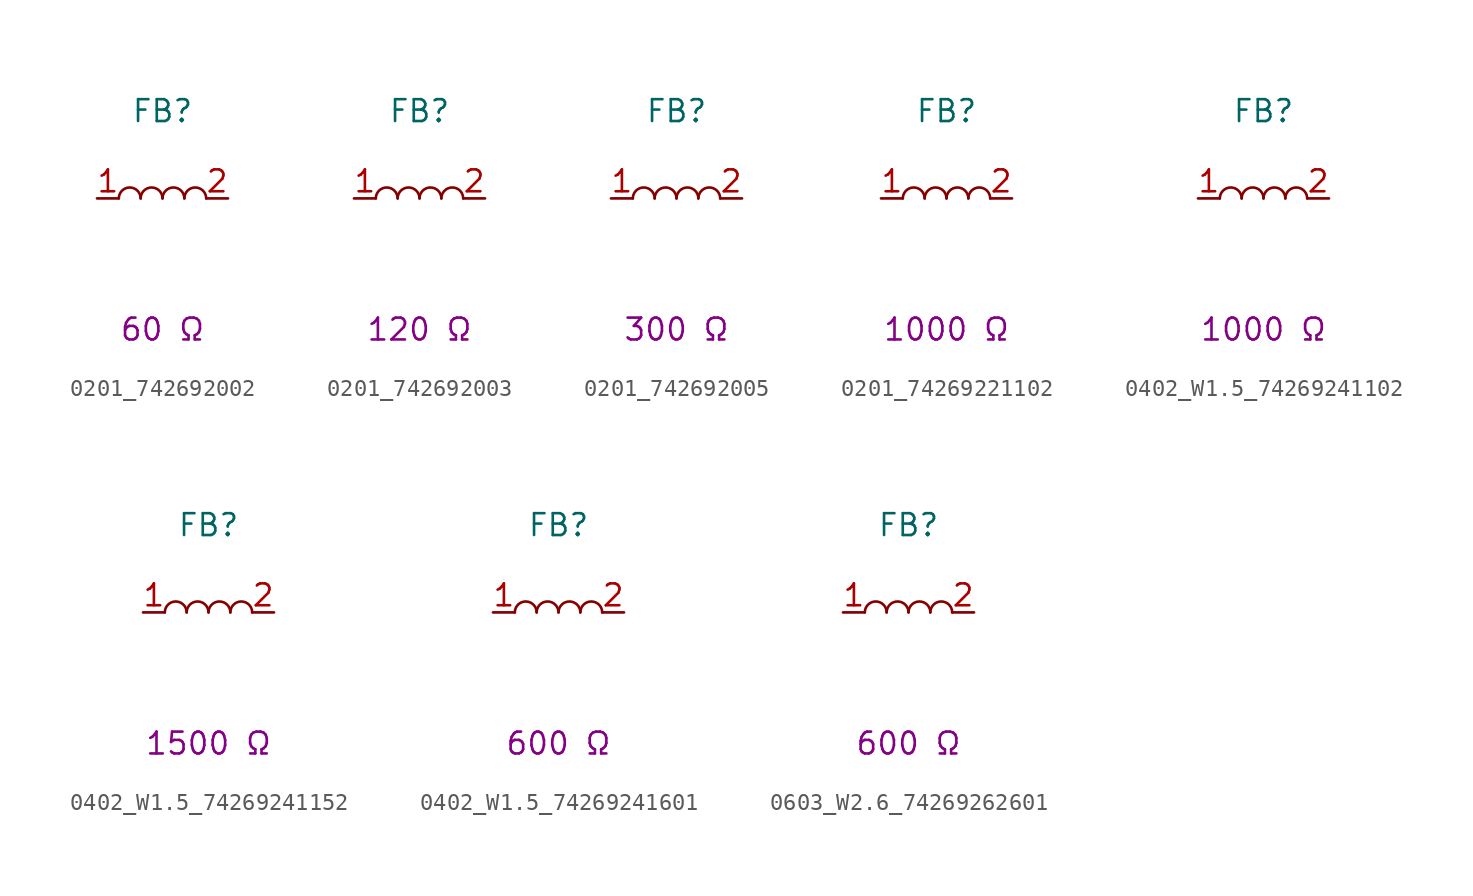
<source format=kicad_sym>
(kicad_symbol_lib
  (version 20220914)
  (generator kicad_symbol_editor)
  (symbol "0201_742692002"
    (pin_names hide)
    (property "Reference" "FB"
      (at 0 5.08 0)
      (effects (font (size 1.27 1.27))))
    (property "Critical Parameter" "60 Ω"
      (at 0 -7.62 0)
      (effects (font (size 1.27 1.27))))
    (symbol "0201_742692002_0_1"
      (arc (start -1.27 0) (mid -1.905 0.6323) (end -2.54 0) (stroke (width 0) (type default)) (fill (type none)))
      (arc (start 0 0) (mid -0.635 0.6323) (end -1.27 0) (stroke (width 0) (type default)) (fill (type none)))
      (arc (start 1.27 0) (mid 0.635 0.6323) (end 0 0) (stroke (width 0) (type default)) (fill (type none)))
      (arc (start 2.54 0) (mid 1.905 0.6323) (end 1.27 0) (stroke (width 0) (type default)) (fill (type none))))
    (symbol "0201_742692002_1_1"
      (pin passive line (at -3.81 0 0) (length 1.27) (name "1" (effects (font (size 1.27 1.27)))) (number "1" (effects (font (size 1.27 1.27)))))
      (pin passive line (at 3.81 0 180) (length 1.27) (name "2" (effects (font (size 1.27 1.27)))) (number "2" (effects (font (size 1.27 1.27)))))))
  (symbol "0201_742692003"
    (pin_names hide)
    (property "Reference" "FB"
      (at 0 5.08 0)
      (effects (font (size 1.27 1.27))))
    (property "Critical Parameter" "120 Ω"
      (at 0 -7.62 0)
      (effects (font (size 1.27 1.27))))
    (symbol "0201_742692003_0_1"
      (arc (start -1.27 0) (mid -1.905 0.6323) (end -2.54 0) (stroke (width 0) (type default)) (fill (type none)))
      (arc (start 0 0) (mid -0.635 0.6323) (end -1.27 0) (stroke (width 0) (type default)) (fill (type none)))
      (arc (start 1.27 0) (mid 0.635 0.6323) (end 0 0) (stroke (width 0) (type default)) (fill (type none)))
      (arc (start 2.54 0) (mid 1.905 0.6323) (end 1.27 0) (stroke (width 0) (type default)) (fill (type none))))
    (symbol "0201_742692003_1_1"
      (pin passive line (at -3.81 0 0) (length 1.27) (name "1" (effects (font (size 1.27 1.27)))) (number "1" (effects (font (size 1.27 1.27)))))
      (pin passive line (at 3.81 0 180) (length 1.27) (name "2" (effects (font (size 1.27 1.27)))) (number "2" (effects (font (size 1.27 1.27)))))))
  (symbol "0201_742692005"
    (pin_names hide)
    (property "Reference" "FB"
      (at 0 5.08 0)
      (effects (font (size 1.27 1.27))))
    (property "Critical Parameter" "300 Ω"
      (at 0 -7.62 0)
      (effects (font (size 1.27 1.27))))
    (symbol "0201_742692005_0_1"
      (arc (start -1.27 0) (mid -1.905 0.6323) (end -2.54 0) (stroke (width 0) (type default)) (fill (type none)))
      (arc (start 0 0) (mid -0.635 0.6323) (end -1.27 0) (stroke (width 0) (type default)) (fill (type none)))
      (arc (start 1.27 0) (mid 0.635 0.6323) (end 0 0) (stroke (width 0) (type default)) (fill (type none)))
      (arc (start 2.54 0) (mid 1.905 0.6323) (end 1.27 0) (stroke (width 0) (type default)) (fill (type none))))
    (symbol "0201_742692005_1_1"
      (pin passive line (at -3.81 0 0) (length 1.27) (name "1" (effects (font (size 1.27 1.27)))) (number "1" (effects (font (size 1.27 1.27)))))
      (pin passive line (at 3.81 0 180) (length 1.27) (name "2" (effects (font (size 1.27 1.27)))) (number "2" (effects (font (size 1.27 1.27)))))))
  (symbol "0201_74269221102"
    (pin_names hide)
    (property "Reference" "FB"
      (at 0 5.08 0)
      (effects (font (size 1.27 1.27))))
    (property "Critical Parameter" "1000 Ω"
      (at 0 -7.62 0)
      (effects (font (size 1.27 1.27))))
    (symbol "0201_74269221102_0_1"
      (arc (start -1.27 0) (mid -1.905 0.6323) (end -2.54 0) (stroke (width 0) (type default)) (fill (type none)))
      (arc (start 0 0) (mid -0.635 0.6323) (end -1.27 0) (stroke (width 0) (type default)) (fill (type none)))
      (arc (start 1.27 0) (mid 0.635 0.6323) (end 0 0) (stroke (width 0) (type default)) (fill (type none)))
      (arc (start 2.54 0) (mid 1.905 0.6323) (end 1.27 0) (stroke (width 0) (type default)) (fill (type none))))
    (symbol "0201_74269221102_1_1"
      (pin passive line (at -3.81 0 0) (length 1.27) (name "1" (effects (font (size 1.27 1.27)))) (number "1" (effects (font (size 1.27 1.27)))))
      (pin passive line (at 3.81 0 180) (length 1.27) (name "2" (effects (font (size 1.27 1.27)))) (number "2" (effects (font (size 1.27 1.27)))))))
  (symbol "0402_W1.5_74269241102"
    (pin_names hide)
    (property "Reference" "FB"
      (at 0 5.08 0)
      (effects (font (size 1.27 1.27))))
    (property "Critical Parameter" "1000 Ω"
      (at 0 -7.62 0)
      (effects (font (size 1.27 1.27))))
    (symbol "0402_W1.5_74269241102_0_1"
      (arc (start -1.27 0) (mid -1.905 0.6323) (end -2.54 0) (stroke (width 0) (type default)) (fill (type none)))
      (arc (start 0 0) (mid -0.635 0.6323) (end -1.27 0) (stroke (width 0) (type default)) (fill (type none)))
      (arc (start 1.27 0) (mid 0.635 0.6323) (end 0 0) (stroke (width 0) (type default)) (fill (type none)))
      (arc (start 2.54 0) (mid 1.905 0.6323) (end 1.27 0) (stroke (width 0) (type default)) (fill (type none))))
    (symbol "0402_W1.5_74269241102_1_1"
      (pin passive line (at -3.81 0 0) (length 1.27) (name "1" (effects (font (size 1.27 1.27)))) (number "1" (effects (font (size 1.27 1.27)))))
      (pin passive line (at 3.81 0 180) (length 1.27) (name "2" (effects (font (size 1.27 1.27)))) (number "2" (effects (font (size 1.27 1.27)))))))
  (symbol "0402_W1.5_74269241152"
    (pin_names hide)
    (property "Reference" "FB"
      (at 0 5.08 0)
      (effects (font (size 1.27 1.27))))
    (property "Critical Parameter" "1500 Ω"
      (at 0 -7.62 0)
      (effects (font (size 1.27 1.27))))
    (symbol "0402_W1.5_74269241152_0_1"
      (arc (start -1.27 0) (mid -1.905 0.6323) (end -2.54 0) (stroke (width 0) (type default)) (fill (type none)))
      (arc (start 0 0) (mid -0.635 0.6323) (end -1.27 0) (stroke (width 0) (type default)) (fill (type none)))
      (arc (start 1.27 0) (mid 0.635 0.6323) (end 0 0) (stroke (width 0) (type default)) (fill (type none)))
      (arc (start 2.54 0) (mid 1.905 0.6323) (end 1.27 0) (stroke (width 0) (type default)) (fill (type none))))
    (symbol "0402_W1.5_74269241152_1_1"
      (pin passive line (at -3.81 0 0) (length 1.27) (name "1" (effects (font (size 1.27 1.27)))) (number "1" (effects (font (size 1.27 1.27)))))
      (pin passive line (at 3.81 0 180) (length 1.27) (name "2" (effects (font (size 1.27 1.27)))) (number "2" (effects (font (size 1.27 1.27)))))))
  (symbol "0402_W1.5_74269241601"
    (pin_names hide)
    (property "Reference" "FB"
      (at 0 5.08 0)
      (effects (font (size 1.27 1.27))))
    (property "Critical Parameter" "600 Ω"
      (at 0 -7.62 0)
      (effects (font (size 1.27 1.27))))
    (symbol "0402_W1.5_74269241601_0_1"
      (arc (start -1.27 0) (mid -1.905 0.6323) (end -2.54 0) (stroke (width 0) (type default)) (fill (type none)))
      (arc (start 0 0) (mid -0.635 0.6323) (end -1.27 0) (stroke (width 0) (type default)) (fill (type none)))
      (arc (start 1.27 0) (mid 0.635 0.6323) (end 0 0) (stroke (width 0) (type default)) (fill (type none)))
      (arc (start 2.54 0) (mid 1.905 0.6323) (end 1.27 0) (stroke (width 0) (type default)) (fill (type none))))
    (symbol "0402_W1.5_74269241601_1_1"
      (pin passive line (at -3.81 0 0) (length 1.27) (name "1" (effects (font (size 1.27 1.27)))) (number "1" (effects (font (size 1.27 1.27)))))
      (pin passive line (at 3.81 0 180) (length 1.27) (name "2" (effects (font (size 1.27 1.27)))) (number "2" (effects (font (size 1.27 1.27)))))))
  (symbol "0603_W2.6_74269262601"
    (pin_names hide)
    (property "Reference" "FB"
      (at 0 5.08 0)
      (effects (font (size 1.27 1.27))))
    (property "Critical Parameter" "600 Ω"
      (at 0 -7.62 0)
      (effects (font (size 1.27 1.27))))
    (symbol "0603_W2.6_74269262601_0_1"
      (arc (start -1.27 0) (mid -1.905 0.6323) (end -2.54 0) (stroke (width 0) (type default)) (fill (type none)))
      (arc (start 0 0) (mid -0.635 0.6323) (end -1.27 0) (stroke (width 0) (type default)) (fill (type none)))
      (arc (start 1.27 0) (mid 0.635 0.6323) (end 0 0) (stroke (width 0) (type default)) (fill (type none)))
      (arc (start 2.54 0) (mid 1.905 0.6323) (end 1.27 0) (stroke (width 0) (type default)) (fill (type none))))
    (symbol "0603_W2.6_74269262601_1_1"
      (pin passive line (at -3.81 0 0) (length 1.27) (name "1" (effects (font (size 1.27 1.27)))) (number "1" (effects (font (size 1.27 1.27)))))
      (pin passive line (at 3.81 0 180) (length 1.27) (name "2" (effects (font (size 1.27 1.27)))) (number "2" (effects (font (size 1.27 1.27))))))))
</source>
